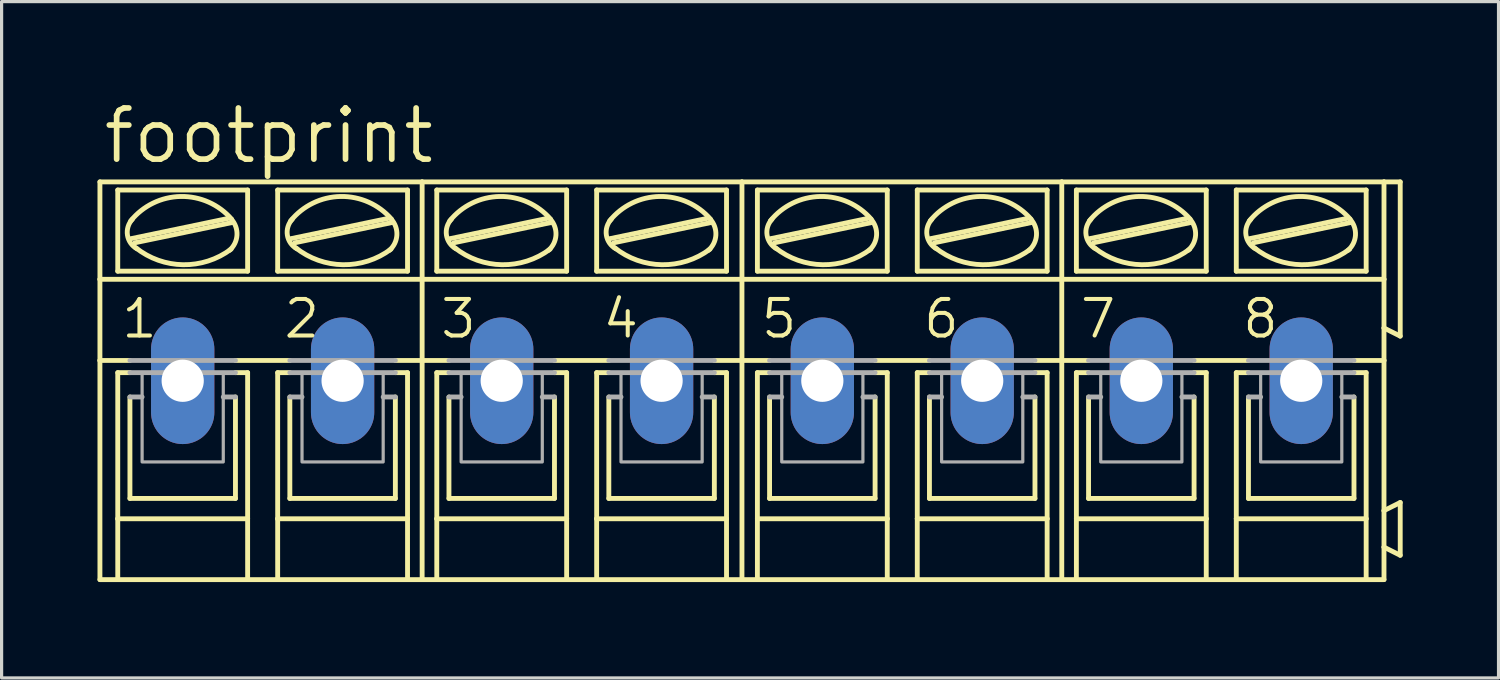
<source format=kicad_pcb>
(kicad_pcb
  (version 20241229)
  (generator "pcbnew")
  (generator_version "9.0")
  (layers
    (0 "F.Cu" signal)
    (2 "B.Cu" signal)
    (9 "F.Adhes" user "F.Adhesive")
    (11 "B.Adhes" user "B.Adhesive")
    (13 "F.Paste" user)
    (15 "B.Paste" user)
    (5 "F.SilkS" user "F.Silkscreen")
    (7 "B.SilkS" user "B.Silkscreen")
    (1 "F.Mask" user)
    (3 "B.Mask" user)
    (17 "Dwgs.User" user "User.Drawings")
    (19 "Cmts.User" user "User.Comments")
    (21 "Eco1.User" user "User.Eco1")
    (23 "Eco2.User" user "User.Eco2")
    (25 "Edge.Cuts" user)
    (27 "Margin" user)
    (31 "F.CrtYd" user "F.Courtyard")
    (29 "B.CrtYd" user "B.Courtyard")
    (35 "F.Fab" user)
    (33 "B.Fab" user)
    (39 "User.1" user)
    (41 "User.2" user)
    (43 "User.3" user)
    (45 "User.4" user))
  (footprint "footprint"
    (layer "F.Cu")
    (at 20.168 8.865)
    (property "Reference" "footprint" (at -20.066 -6.731 0) (layer "F.SilkS") (effects (font (size 1.6 1.6) (thickness 0.178)) (justify left bottom)))
    (fp_line (start -20.091 -3.175) (end -20.091 -6.223) (stroke (width 0.152) (type solid)) (layer "F.SilkS"))
    (fp_line (start -20.091 -3.175) (end -10.008 -3.175) (stroke (width 0.152) (type solid)) (layer "F.SilkS"))
    (fp_line (start -20.091 -0.635) (end -20.091 -3.175) (stroke (width 0.152) (type solid)) (layer "F.SilkS"))
    (fp_line (start -20.091 -0.635) (end -19.152 -0.635) (stroke (width 0.152) (type solid)) (layer "F.SilkS"))
    (fp_line (start -20.091 6.223) (end -20.091 -0.635) (stroke (width 0.152) (type solid)) (layer "F.SilkS"))
    (fp_line (start -20.091 6.223) (end -19.533 6.223) (stroke (width 0.152) (type solid)) (layer "F.SilkS"))
    (fp_line (start -19.533 -3.429) (end -19.533 -5.969) (stroke (width 0.152) (type solid)) (layer "F.SilkS"))
    (fp_line (start -19.533 -0.254) (end -19.533 4.318) (stroke (width 0.152) (type solid)) (layer "F.SilkS"))
    (fp_line (start -19.533 -0.254) (end -19.152 -0.254) (stroke (width 0.152) (type solid)) (layer "F.SilkS"))
    (fp_line (start -19.533 4.318) (end -19.533 6.223) (stroke (width 0.152) (type solid)) (layer "F.SilkS"))
    (fp_line (start -19.533 6.223) (end -15.469 6.223) (stroke (width 0.152) (type solid)) (layer "F.SilkS"))
    (fp_line (start -19.152 3.683) (end -19.152 0.508) (stroke (width 0.152) (type solid)) (layer "F.SilkS"))
    (fp_line (start -19.126 -4.445) (end -16.078 -5.08) (stroke (width 0.152) (type solid)) (layer "F.SilkS"))
    (fp_line (start -18.999 -4.318) (end -15.951 -4.953) (stroke (width 0.152) (type solid)) (layer "F.SilkS"))
    (fp_line (start -15.85 -0.635) (end -14.148 -0.635) (stroke (width 0.152) (type solid)) (layer "F.SilkS"))
    (fp_line (start -15.85 3.683) (end -19.152 3.683) (stroke (width 0.152) (type solid)) (layer "F.SilkS"))
    (fp_line (start -15.85 3.683) (end -15.85 0.508) (stroke (width 0.152) (type solid)) (layer "F.SilkS"))
    (fp_line (start -15.469 -5.969) (end -19.533 -5.969) (stroke (width 0.152) (type solid)) (layer "F.SilkS"))
    (fp_line (start -15.469 -3.429) (end -19.533 -3.429) (stroke (width 0.152) (type solid)) (layer "F.SilkS"))
    (fp_line (start -15.469 -3.429) (end -15.469 -5.969) (stroke (width 0.152) (type solid)) (layer "F.SilkS"))
    (fp_line (start -15.469 -0.254) (end -15.85 -0.254) (stroke (width 0.152) (type solid)) (layer "F.SilkS"))
    (fp_line (start -15.469 4.318) (end -19.533 4.318) (stroke (width 0.152) (type solid)) (layer "F.SilkS"))
    (fp_line (start -15.469 4.318) (end -15.469 -0.254) (stroke (width 0.152) (type solid)) (layer "F.SilkS"))
    (fp_line (start -15.469 6.223) (end -15.469 4.318) (stroke (width 0.152) (type solid)) (layer "F.SilkS"))
    (fp_line (start -15.469 6.223) (end -14.529 6.223) (stroke (width 0.152) (type solid)) (layer "F.SilkS"))
    (fp_line (start -14.529 -5.969) (end -10.465 -5.969) (stroke (width 0.152) (type solid)) (layer "F.SilkS"))
    (fp_line (start -14.529 -3.429) (end -14.529 -5.969) (stroke (width 0.152) (type solid)) (layer "F.SilkS"))
    (fp_line (start -14.529 -0.254) (end -14.148 -0.254) (stroke (width 0.152) (type solid)) (layer "F.SilkS"))
    (fp_line (start -14.529 4.318) (end -14.529 -0.254) (stroke (width 0.152) (type solid)) (layer "F.SilkS"))
    (fp_line (start -14.529 4.318) (end -10.465 4.318) (stroke (width 0.152) (type solid)) (layer "F.SilkS"))
    (fp_line (start -14.529 6.223) (end -14.529 4.318) (stroke (width 0.152) (type solid)) (layer "F.SilkS"))
    (fp_line (start -14.529 6.223) (end -10.465 6.223) (stroke (width 0.152) (type solid)) (layer "F.SilkS"))
    (fp_line (start -14.148 3.683) (end -14.148 0.508) (stroke (width 0.152) (type solid)) (layer "F.SilkS"))
    (fp_line (start -14.122 -4.445) (end -11.074 -5.08) (stroke (width 0.152) (type solid)) (layer "F.SilkS"))
    (fp_line (start -13.995 -4.318) (end -10.947 -4.953) (stroke (width 0.152) (type solid)) (layer "F.SilkS"))
    (fp_line (start -10.846 3.683) (end -14.148 3.683) (stroke (width 0.152) (type solid)) (layer "F.SilkS"))
    (fp_line (start -10.846 3.683) (end -10.846 0.508) (stroke (width 0.152) (type solid)) (layer "F.SilkS"))
    (fp_line (start -10.465 -5.969) (end -10.465 -3.429) (stroke (width 0.152) (type solid)) (layer "F.SilkS"))
    (fp_line (start -10.465 -3.429) (end -14.529 -3.429) (stroke (width 0.152) (type solid)) (layer "F.SilkS"))
    (fp_line (start -10.465 -0.254) (end -10.846 -0.254) (stroke (width 0.152) (type solid)) (layer "F.SilkS"))
    (fp_line (start -10.465 -0.254) (end -10.465 4.318) (stroke (width 0.152) (type solid)) (layer "F.SilkS"))
    (fp_line (start -10.465 4.318) (end -10.465 6.223) (stroke (width 0.152) (type solid)) (layer "F.SilkS"))
    (fp_line (start -10.465 6.223) (end -10.008 6.223) (stroke (width 0.152) (type solid)) (layer "F.SilkS"))
    (fp_line (start -10.008 -6.223) (end -20.091 -6.223) (stroke (width 0.152) (type solid)) (layer "F.SilkS"))
    (fp_line (start -10.008 -3.175) (end -10.008 -6.223) (stroke (width 0.152) (type solid)) (layer "F.SilkS"))
    (fp_line (start -10.008 -3.175) (end 0 -3.175) (stroke (width 0.152) (type solid)) (layer "F.SilkS"))
    (fp_line (start -10.008 -0.635) (end -10.846 -0.635) (stroke (width 0.152) (type solid)) (layer "F.SilkS"))
    (fp_line (start -10.008 -0.635) (end -10.008 -3.175) (stroke (width 0.152) (type solid)) (layer "F.SilkS"))
    (fp_line (start -10.008 -0.635) (end -9.169 -0.635) (stroke (width 0.152) (type solid)) (layer "F.SilkS"))
    (fp_line (start -10.008 6.223) (end -10.008 -0.635) (stroke (width 0.152) (type solid)) (layer "F.SilkS"))
    (fp_line (start -10.008 6.223) (end -9.55 6.223) (stroke (width 0.152) (type solid)) (layer "F.SilkS"))
    (fp_line (start -9.55 -3.429) (end -9.55 -5.969) (stroke (width 0.152) (type solid)) (layer "F.SilkS"))
    (fp_line (start -9.55 -0.254) (end -9.55 4.318) (stroke (width 0.152) (type solid)) (layer "F.SilkS"))
    (fp_line (start -9.55 -0.254) (end -9.169 -0.254) (stroke (width 0.152) (type solid)) (layer "F.SilkS"))
    (fp_line (start -9.55 4.318) (end -9.55 6.223) (stroke (width 0.152) (type solid)) (layer "F.SilkS"))
    (fp_line (start -9.55 6.223) (end -5.486 6.223) (stroke (width 0.152) (type solid)) (layer "F.SilkS"))
    (fp_line (start -9.169 3.683) (end -9.169 0.508) (stroke (width 0.152) (type solid)) (layer "F.SilkS"))
    (fp_line (start -9.144 -4.445) (end -6.096 -5.08) (stroke (width 0.152) (type solid)) (layer "F.SilkS"))
    (fp_line (start -9.017 -4.318) (end -5.969 -4.953) (stroke (width 0.152) (type solid)) (layer "F.SilkS"))
    (fp_line (start -5.867 -0.635) (end -4.166 -0.635) (stroke (width 0.152) (type solid)) (layer "F.SilkS"))
    (fp_line (start -5.867 3.683) (end -9.169 3.683) (stroke (width 0.152) (type solid)) (layer "F.SilkS"))
    (fp_line (start -5.867 3.683) (end -5.867 0.508) (stroke (width 0.152) (type solid)) (layer "F.SilkS"))
    (fp_line (start -5.486 -5.969) (end -9.55 -5.969) (stroke (width 0.152) (type solid)) (layer "F.SilkS"))
    (fp_line (start -5.486 -3.429) (end -9.55 -3.429) (stroke (width 0.152) (type solid)) (layer "F.SilkS"))
    (fp_line (start -5.486 -3.429) (end -5.486 -5.969) (stroke (width 0.152) (type solid)) (layer "F.SilkS"))
    (fp_line (start -5.486 -0.254) (end -5.867 -0.254) (stroke (width 0.152) (type solid)) (layer "F.SilkS"))
    (fp_line (start -5.486 4.318) (end -9.55 4.318) (stroke (width 0.152) (type solid)) (layer "F.SilkS"))
    (fp_line (start -5.486 4.318) (end -5.486 -0.254) (stroke (width 0.152) (type solid)) (layer "F.SilkS"))
    (fp_line (start -5.486 6.223) (end -5.486 4.318) (stroke (width 0.152) (type solid)) (layer "F.SilkS"))
    (fp_line (start -5.486 6.223) (end -4.547 6.223) (stroke (width 0.152) (type solid)) (layer "F.SilkS"))
    (fp_line (start -4.547 -5.969) (end -0.483 -5.969) (stroke (width 0.152) (type solid)) (layer "F.SilkS"))
    (fp_line (start -4.547 -3.429) (end -4.547 -5.969) (stroke (width 0.152) (type solid)) (layer "F.SilkS"))
    (fp_line (start -4.547 -0.254) (end -4.166 -0.254) (stroke (width 0.152) (type solid)) (layer "F.SilkS"))
    (fp_line (start -4.547 4.318) (end -4.547 -0.254) (stroke (width 0.152) (type solid)) (layer "F.SilkS"))
    (fp_line (start -4.547 4.318) (end -0.483 4.318) (stroke (width 0.152) (type solid)) (layer "F.SilkS"))
    (fp_line (start -4.547 6.223) (end -4.547 4.318) (stroke (width 0.152) (type solid)) (layer "F.SilkS"))
    (fp_line (start -4.547 6.223) (end -0.483 6.223) (stroke (width 0.152) (type solid)) (layer "F.SilkS"))
    (fp_line (start -4.166 3.683) (end -4.166 0.508) (stroke (width 0.152) (type solid)) (layer "F.SilkS"))
    (fp_line (start -4.14 -4.445) (end -1.092 -5.08) (stroke (width 0.152) (type solid)) (layer "F.SilkS"))
    (fp_line (start -4.013 -4.318) (end -0.965 -4.953) (stroke (width 0.152) (type solid)) (layer "F.SilkS"))
    (fp_line (start -0.864 3.683) (end -4.166 3.683) (stroke (width 0.152) (type solid)) (layer "F.SilkS"))
    (fp_line (start -0.864 3.683) (end -0.864 0.508) (stroke (width 0.152) (type solid)) (layer "F.SilkS"))
    (fp_line (start -0.483 -5.969) (end -0.483 -3.429) (stroke (width 0.152) (type solid)) (layer "F.SilkS"))
    (fp_line (start -0.483 -3.429) (end -4.547 -3.429) (stroke (width 0.152) (type solid)) (layer "F.SilkS"))
    (fp_line (start -0.483 -0.254) (end -0.864 -0.254) (stroke (width 0.152) (type solid)) (layer "F.SilkS"))
    (fp_line (start -0.483 -0.254) (end -0.483 4.318) (stroke (width 0.152) (type solid)) (layer "F.SilkS"))
    (fp_line (start -0.483 4.318) (end -0.483 6.223) (stroke (width 0.152) (type solid)) (layer "F.SilkS"))
    (fp_line (start -0.483 6.223) (end 0 6.223) (stroke (width 0.152) (type solid)) (layer "F.SilkS"))
    (fp_line (start 0 -6.223) (end -10.008 -6.223) (stroke (width 0.152) (type solid)) (layer "F.SilkS"))
    (fp_line (start 0 -3.175) (end 0 -6.223) (stroke (width 0.152) (type solid)) (layer "F.SilkS"))
    (fp_line (start 0 -3.175) (end 10.008 -3.175) (stroke (width 0.152) (type solid)) (layer "F.SilkS"))
    (fp_line (start 0 -0.635) (end -0.864 -0.635) (stroke (width 0.152) (type solid)) (layer "F.SilkS"))
    (fp_line (start 0 -0.635) (end 0 -3.175) (stroke (width 0.152) (type solid)) (layer "F.SilkS"))
    (fp_line (start 0 -0.635) (end 0.864 -0.635) (stroke (width 0.152) (type solid)) (layer "F.SilkS"))
    (fp_line (start 0 6.223) (end 0 -0.635) (stroke (width 0.152) (type solid)) (layer "F.SilkS"))
    (fp_line (start 0 6.223) (end 0.483 6.223) (stroke (width 0.152) (type solid)) (layer "F.SilkS"))
    (fp_line (start 0.483 -3.429) (end 0.483 -5.969) (stroke (width 0.152) (type solid)) (layer "F.SilkS"))
    (fp_line (start 0.483 -0.254) (end 0.483 4.318) (stroke (width 0.152) (type solid)) (layer "F.SilkS"))
    (fp_line (start 0.483 -0.254) (end 0.864 -0.254) (stroke (width 0.152) (type solid)) (layer "F.SilkS"))
    (fp_line (start 0.483 4.318) (end 0.483 6.223) (stroke (width 0.152) (type solid)) (layer "F.SilkS"))
    (fp_line (start 0.483 6.223) (end 4.547 6.223) (stroke (width 0.152) (type solid)) (layer "F.SilkS"))
    (fp_line (start 0.864 3.683) (end 0.864 0.508) (stroke (width 0.152) (type solid)) (layer "F.SilkS"))
    (fp_line (start 0.889 -4.445) (end 3.937 -5.08) (stroke (width 0.152) (type solid)) (layer "F.SilkS"))
    (fp_line (start 1.016 -4.318) (end 4.064 -4.953) (stroke (width 0.152) (type solid)) (layer "F.SilkS"))
    (fp_line (start 4.166 -0.635) (end 5.867 -0.635) (stroke (width 0.152) (type solid)) (layer "F.SilkS"))
    (fp_line (start 4.166 3.683) (end 0.864 3.683) (stroke (width 0.152) (type solid)) (layer "F.SilkS"))
    (fp_line (start 4.166 3.683) (end 4.166 0.508) (stroke (width 0.152) (type solid)) (layer "F.SilkS"))
    (fp_line (start 4.547 -5.969) (end 0.483 -5.969) (stroke (width 0.152) (type solid)) (layer "F.SilkS"))
    (fp_line (start 4.547 -3.429) (end 0.483 -3.429) (stroke (width 0.152) (type solid)) (layer "F.SilkS"))
    (fp_line (start 4.547 -3.429) (end 4.547 -5.969) (stroke (width 0.152) (type solid)) (layer "F.SilkS"))
    (fp_line (start 4.547 -0.254) (end 4.166 -0.254) (stroke (width 0.152) (type solid)) (layer "F.SilkS"))
    (fp_line (start 4.547 4.318) (end 0.483 4.318) (stroke (width 0.152) (type solid)) (layer "F.SilkS"))
    (fp_line (start 4.547 4.318) (end 4.547 -0.254) (stroke (width 0.152) (type solid)) (layer "F.SilkS"))
    (fp_line (start 4.547 6.223) (end 4.547 4.318) (stroke (width 0.152) (type solid)) (layer "F.SilkS"))
    (fp_line (start 4.547 6.223) (end 5.486 6.223) (stroke (width 0.152) (type solid)) (layer "F.SilkS"))
    (fp_line (start 5.486 -5.969) (end 9.55 -5.969) (stroke (width 0.152) (type solid)) (layer "F.SilkS"))
    (fp_line (start 5.486 -3.429) (end 5.486 -5.969) (stroke (width 0.152) (type solid)) (layer "F.SilkS"))
    (fp_line (start 5.486 -0.254) (end 5.867 -0.254) (stroke (width 0.152) (type solid)) (layer "F.SilkS"))
    (fp_line (start 5.486 4.318) (end 5.486 -0.254) (stroke (width 0.152) (type solid)) (layer "F.SilkS"))
    (fp_line (start 5.486 4.318) (end 9.55 4.318) (stroke (width 0.152) (type solid)) (layer "F.SilkS"))
    (fp_line (start 5.486 6.223) (end 5.486 4.318) (stroke (width 0.152) (type solid)) (layer "F.SilkS"))
    (fp_line (start 5.486 6.223) (end 9.55 6.223) (stroke (width 0.152) (type solid)) (layer "F.SilkS"))
    (fp_line (start 5.867 3.683) (end 5.867 0.508) (stroke (width 0.152) (type solid)) (layer "F.SilkS"))
    (fp_line (start 5.893 -4.445) (end 8.941 -5.08) (stroke (width 0.152) (type solid)) (layer "F.SilkS"))
    (fp_line (start 6.02 -4.318) (end 9.068 -4.953) (stroke (width 0.152) (type solid)) (layer "F.SilkS"))
    (fp_line (start 9.169 3.683) (end 5.867 3.683) (stroke (width 0.152) (type solid)) (layer "F.SilkS"))
    (fp_line (start 9.169 3.683) (end 9.169 0.508) (stroke (width 0.152) (type solid)) (layer "F.SilkS"))
    (fp_line (start 9.55 -5.969) (end 9.55 -3.429) (stroke (width 0.152) (type solid)) (layer "F.SilkS"))
    (fp_line (start 9.55 -3.429) (end 5.486 -3.429) (stroke (width 0.152) (type solid)) (layer "F.SilkS"))
    (fp_line (start 9.55 -0.254) (end 9.169 -0.254) (stroke (width 0.152) (type solid)) (layer "F.SilkS"))
    (fp_line (start 9.55 -0.254) (end 9.55 4.318) (stroke (width 0.152) (type solid)) (layer "F.SilkS"))
    (fp_line (start 9.55 4.318) (end 9.55 6.223) (stroke (width 0.152) (type solid)) (layer "F.SilkS"))
    (fp_line (start 9.55 6.223) (end 10.008 6.223) (stroke (width 0.152) (type solid)) (layer "F.SilkS"))
    (fp_line (start 10.008 -6.223) (end 0 -6.223) (stroke (width 0.152) (type solid)) (layer "F.SilkS"))
    (fp_line (start 10.008 -3.175) (end 10.008 -6.223) (stroke (width 0.152) (type solid)) (layer "F.SilkS"))
    (fp_line (start 10.008 -3.175) (end 20.091 -3.175) (stroke (width 0.152) (type solid)) (layer "F.SilkS"))
    (fp_line (start 10.008 -0.635) (end 9.169 -0.635) (stroke (width 0.152) (type solid)) (layer "F.SilkS"))
    (fp_line (start 10.008 -0.635) (end 10.008 -3.175) (stroke (width 0.152) (type solid)) (layer "F.SilkS"))
    (fp_line (start 10.008 -0.635) (end 10.846 -0.635) (stroke (width 0.152) (type solid)) (layer "F.SilkS"))
    (fp_line (start 10.008 6.223) (end 10.008 -0.635) (stroke (width 0.152) (type solid)) (layer "F.SilkS"))
    (fp_line (start 10.008 6.223) (end 10.465 6.223) (stroke (width 0.152) (type solid)) (layer "F.SilkS"))
    (fp_line (start 10.465 -3.429) (end 10.465 -5.969) (stroke (width 0.152) (type solid)) (layer "F.SilkS"))
    (fp_line (start 10.465 -0.254) (end 10.465 4.318) (stroke (width 0.152) (type solid)) (layer "F.SilkS"))
    (fp_line (start 10.465 -0.254) (end 10.846 -0.254) (stroke (width 0.152) (type solid)) (layer "F.SilkS"))
    (fp_line (start 10.465 4.318) (end 10.465 6.223) (stroke (width 0.152) (type solid)) (layer "F.SilkS"))
    (fp_line (start 10.465 6.223) (end 14.529 6.223) (stroke (width 0.152) (type solid)) (layer "F.SilkS"))
    (fp_line (start 10.846 3.683) (end 10.846 0.508) (stroke (width 0.152) (type solid)) (layer "F.SilkS"))
    (fp_line (start 10.871 -4.445) (end 13.919 -5.08) (stroke (width 0.152) (type solid)) (layer "F.SilkS"))
    (fp_line (start 10.998 -4.318) (end 14.046 -4.953) (stroke (width 0.152) (type solid)) (layer "F.SilkS"))
    (fp_line (start 14.148 -0.635) (end 15.85 -0.635) (stroke (width 0.152) (type solid)) (layer "F.SilkS"))
    (fp_line (start 14.148 3.683) (end 10.846 3.683) (stroke (width 0.152) (type solid)) (layer "F.SilkS"))
    (fp_line (start 14.148 3.683) (end 14.148 0.508) (stroke (width 0.152) (type solid)) (layer "F.SilkS"))
    (fp_line (start 14.529 -5.969) (end 10.465 -5.969) (stroke (width 0.152) (type solid)) (layer "F.SilkS"))
    (fp_line (start 14.529 -3.429) (end 10.465 -3.429) (stroke (width 0.152) (type solid)) (layer "F.SilkS"))
    (fp_line (start 14.529 -3.429) (end 14.529 -5.969) (stroke (width 0.152) (type solid)) (layer "F.SilkS"))
    (fp_line (start 14.529 -0.254) (end 14.148 -0.254) (stroke (width 0.152) (type solid)) (layer "F.SilkS"))
    (fp_line (start 14.529 4.318) (end 10.465 4.318) (stroke (width 0.152) (type solid)) (layer "F.SilkS"))
    (fp_line (start 14.529 4.318) (end 14.529 -0.254) (stroke (width 0.152) (type solid)) (layer "F.SilkS"))
    (fp_line (start 14.529 6.223) (end 14.529 4.318) (stroke (width 0.152) (type solid)) (layer "F.SilkS"))
    (fp_line (start 14.529 6.223) (end 15.469 6.223) (stroke (width 0.152) (type solid)) (layer "F.SilkS"))
    (fp_line (start 15.469 -5.969) (end 19.533 -5.969) (stroke (width 0.152) (type solid)) (layer "F.SilkS"))
    (fp_line (start 15.469 -3.429) (end 15.469 -5.969) (stroke (width 0.152) (type solid)) (layer "F.SilkS"))
    (fp_line (start 15.469 -0.254) (end 15.85 -0.254) (stroke (width 0.152) (type solid)) (layer "F.SilkS"))
    (fp_line (start 15.469 4.318) (end 15.469 -0.254) (stroke (width 0.152) (type solid)) (layer "F.SilkS"))
    (fp_line (start 15.469 4.318) (end 19.533 4.318) (stroke (width 0.152) (type solid)) (layer "F.SilkS"))
    (fp_line (start 15.469 6.223) (end 15.469 4.318) (stroke (width 0.152) (type solid)) (layer "F.SilkS"))
    (fp_line (start 15.469 6.223) (end 19.533 6.223) (stroke (width 0.152) (type solid)) (layer "F.SilkS"))
    (fp_line (start 15.85 3.683) (end 15.85 0.508) (stroke (width 0.152) (type solid)) (layer "F.SilkS"))
    (fp_line (start 15.875 -4.445) (end 18.923 -5.08) (stroke (width 0.152) (type solid)) (layer "F.SilkS"))
    (fp_line (start 16.002 -4.318) (end 19.05 -4.953) (stroke (width 0.152) (type solid)) (layer "F.SilkS"))
    (fp_line (start 19.152 3.683) (end 15.85 3.683) (stroke (width 0.152) (type solid)) (layer "F.SilkS"))
    (fp_line (start 19.152 3.683) (end 19.152 0.508) (stroke (width 0.152) (type solid)) (layer "F.SilkS"))
    (fp_line (start 19.533 -5.969) (end 19.533 -3.429) (stroke (width 0.152) (type solid)) (layer "F.SilkS"))
    (fp_line (start 19.533 -3.429) (end 15.469 -3.429) (stroke (width 0.152) (type solid)) (layer "F.SilkS"))
    (fp_line (start 19.533 -0.254) (end 19.152 -0.254) (stroke (width 0.152) (type solid)) (layer "F.SilkS"))
    (fp_line (start 19.533 -0.254) (end 19.533 4.318) (stroke (width 0.152) (type solid)) (layer "F.SilkS"))
    (fp_line (start 19.533 4.318) (end 19.533 6.223) (stroke (width 0.152) (type solid)) (layer "F.SilkS"))
    (fp_line (start 19.533 6.223) (end 20.091 6.223) (stroke (width 0.152) (type solid)) (layer "F.SilkS"))
    (fp_line (start 20.091 -6.223) (end 10.008 -6.223) (stroke (width 0.152) (type solid)) (layer "F.SilkS"))
    (fp_line (start 20.091 -6.223) (end 20.091 -3.175) (stroke (width 0.152) (type solid)) (layer "F.SilkS"))
    (fp_line (start 20.091 -6.223) (end 20.599 -6.223) (stroke (width 0.152) (type solid)) (layer "F.SilkS"))
    (fp_line (start 20.091 -3.175) (end 20.091 -1.651) (stroke (width 0.152) (type solid)) (layer "F.SilkS"))
    (fp_line (start 20.091 -1.651) (end 20.091 -0.635) (stroke (width 0.152) (type solid)) (layer "F.SilkS"))
    (fp_line (start 20.091 -0.635) (end 19.152 -0.635) (stroke (width 0.152) (type solid)) (layer "F.SilkS"))
    (fp_line (start 20.091 -0.635) (end 20.091 4.064) (stroke (width 0.152) (type solid)) (layer "F.SilkS"))
    (fp_line (start 20.091 4.064) (end 20.091 5.207) (stroke (width 0.152) (type solid)) (layer "F.SilkS"))
    (fp_line (start 20.091 5.207) (end 20.091 6.223) (stroke (width 0.152) (type solid)) (layer "F.SilkS"))
    (fp_line (start 20.599 -6.223) (end 20.599 -1.397) (stroke (width 0.152) (type solid)) (layer "F.SilkS"))
    (fp_line (start 20.599 -1.397) (end 20.091 -1.651) (stroke (width 0.152) (type solid)) (layer "F.SilkS"))
    (fp_line (start 20.599 3.81) (end 20.091 4.064) (stroke (width 0.152) (type solid)) (layer "F.SilkS"))
    (fp_line (start 20.599 3.81) (end 20.599 5.461) (stroke (width 0.152) (type solid)) (layer "F.SilkS"))
    (fp_line (start 20.599 5.461) (end 20.091 5.207) (stroke (width 0.152) (type solid)) (layer "F.SilkS"))
    (fp_arc (start -19.1262 -5.0038) (mid -17.561826 -5.76695) (end -15.971799 -5.058801) (stroke (width 0.1524) (type solid)) (layer "F.SilkS"))
    (fp_arc (start -18.931701 -4.129699) (mid -19.229625 -4.557025) (end -19.0754 -5.0546) (stroke (width 0.1524) (type solid)) (layer "F.SilkS"))
    (fp_arc (start -15.986001 -4.118799) (mid -17.487904 -3.631242) (end -18.9738 -4.1656) (stroke (width 0.1524) (type solid)) (layer "F.SilkS"))
    (fp_arc (start -15.976699 -5.054499) (mid -15.802339 -4.558083) (end -16.0324 -4.0849) (stroke (width 0.1524) (type solid)) (layer "F.SilkS"))
    (fp_arc (start -14.1224 -5.0038) (mid -12.558026 -5.76695) (end -10.967999 -5.058801) (stroke (width 0.1524) (type solid)) (layer "F.SilkS"))
    (fp_arc (start -13.927901 -4.129699) (mid -14.225825 -4.557025) (end -14.0716 -5.0546) (stroke (width 0.1524) (type solid)) (layer "F.SilkS"))
    (fp_arc (start -10.982201 -4.118799) (mid -12.484104 -3.631242) (end -13.97 -4.1656) (stroke (width 0.1524) (type solid)) (layer "F.SilkS"))
    (fp_arc (start -10.972899 -5.054499) (mid -10.798539 -4.558083) (end -11.0286 -4.0849) (stroke (width 0.1524) (type solid)) (layer "F.SilkS"))
    (fp_arc (start -9.144 -5.0038) (mid -7.579626 -5.76695) (end -5.989599 -5.058801) (stroke (width 0.1524) (type solid)) (layer "F.SilkS"))
    (fp_arc (start -8.949501 -4.129699) (mid -9.247425 -4.557025) (end -9.0932 -5.0546) (stroke (width 0.1524) (type solid)) (layer "F.SilkS"))
    (fp_arc (start -6.003801 -4.118799) (mid -7.505704 -3.631242) (end -8.9916 -4.1656) (stroke (width 0.1524) (type solid)) (layer "F.SilkS"))
    (fp_arc (start -5.994499 -5.054499) (mid -5.820139 -4.558083) (end -6.0502 -4.0849) (stroke (width 0.1524) (type solid)) (layer "F.SilkS"))
    (fp_arc (start -4.1402 -5.0038) (mid -2.575826 -5.76695) (end -0.985799 -5.058801) (stroke (width 0.1524) (type solid)) (layer "F.SilkS"))
    (fp_arc (start -3.945701 -4.129699) (mid -4.243625 -4.557025) (end -4.0894 -5.0546) (stroke (width 0.1524) (type solid)) (layer "F.SilkS"))
    (fp_arc (start -1.000001 -4.118799) (mid -2.501904 -3.631242) (end -3.9878 -4.1656) (stroke (width 0.1524) (type solid)) (layer "F.SilkS"))
    (fp_arc (start -0.990699 -5.054499) (mid -0.816339 -4.558083) (end -1.0464 -4.0849) (stroke (width 0.1524) (type solid)) (layer "F.SilkS"))
    (fp_arc (start 0.889 -5.0038) (mid 2.45332 -5.766807) (end 4.0432 -5.058598) (stroke (width 0.1524) (type solid)) (layer "F.SilkS"))
    (fp_arc (start 1.083498 -4.1297) (mid 0.785575 -4.557026) (end 0.9398 -5.0546) (stroke (width 0.1524) (type solid)) (layer "F.SilkS"))
    (fp_arc (start 4.0292 -4.118901) (mid 2.527314 -3.631283) (end 1.0414 -4.1656) (stroke (width 0.1524) (type solid)) (layer "F.SilkS"))
    (fp_arc (start 4.0385 -5.0545) (mid 4.21286 -4.558084) (end 3.9828 -4.0849) (stroke (width 0.1524) (type solid)) (layer "F.SilkS"))
    (fp_arc (start 5.8928 -5.0038) (mid 7.45712 -5.766807) (end 9.047 -5.058598) (stroke (width 0.1524) (type solid)) (layer "F.SilkS"))
    (fp_arc (start 6.087298 -4.1297) (mid 5.789375 -4.557026) (end 5.9436 -5.0546) (stroke (width 0.1524) (type solid)) (layer "F.SilkS"))
    (fp_arc (start 9.033 -4.118901) (mid 7.531114 -3.631283) (end 6.0452 -4.1656) (stroke (width 0.1524) (type solid)) (layer "F.SilkS"))
    (fp_arc (start 9.0423 -5.0545) (mid 9.21666 -4.558084) (end 8.9866 -4.0849) (stroke (width 0.1524) (type solid)) (layer "F.SilkS"))
    (fp_arc (start 10.8712 -5.0038) (mid 12.43552 -5.766807) (end 14.0254 -5.058598) (stroke (width 0.1524) (type solid)) (layer "F.SilkS"))
    (fp_arc (start 11.065698 -4.1297) (mid 10.767775 -4.557026) (end 10.922 -5.0546) (stroke (width 0.1524) (type solid)) (layer "F.SilkS"))
    (fp_arc (start 14.0114 -4.118901) (mid 12.509514 -3.631283) (end 11.0236 -4.1656) (stroke (width 0.1524) (type solid)) (layer "F.SilkS"))
    (fp_arc (start 14.0207 -5.0545) (mid 14.19506 -4.558084) (end 13.965 -4.0849) (stroke (width 0.1524) (type solid)) (layer "F.SilkS"))
    (fp_arc (start 15.875 -5.0038) (mid 17.43932 -5.766807) (end 19.0292 -5.058598) (stroke (width 0.1524) (type solid)) (layer "F.SilkS"))
    (fp_arc (start 16.069498 -4.1297) (mid 15.771575 -4.557026) (end 15.9258 -5.0546) (stroke (width 0.1524) (type solid)) (layer "F.SilkS"))
    (fp_arc (start 19.0152 -4.118901) (mid 17.513314 -3.631283) (end 16.0274 -4.1656) (stroke (width 0.1524) (type solid)) (layer "F.SilkS"))
    (fp_arc (start 19.0245 -5.0545) (mid 19.19886 -4.558084) (end 18.9688 -4.0849) (stroke (width 0.1524) (type solid)) (layer "F.SilkS"))
    (fp_line (start -19.152 -0.635) (end -15.85 -0.635) (stroke (width 0.152) (type solid)) (layer "F.Fab"))
    (fp_line (start -19.152 0.508) (end -18.771 0.508) (stroke (width 0.152) (type solid)) (layer "F.Fab"))
    (fp_line (start -15.85 -0.254) (end -19.152 -0.254) (stroke (width 0.152) (type solid)) (layer "F.Fab"))
    (fp_line (start -15.85 0.508) (end -16.231 0.508) (stroke (width 0.152) (type solid)) (layer "F.Fab"))
    (fp_line (start -14.148 -0.254) (end -10.846 -0.254) (stroke (width 0.152) (type solid)) (layer "F.Fab"))
    (fp_line (start -14.148 0.508) (end -13.767 0.508) (stroke (width 0.152) (type solid)) (layer "F.Fab"))
    (fp_line (start -10.846 -0.635) (end -14.148 -0.635) (stroke (width 0.152) (type solid)) (layer "F.Fab"))
    (fp_line (start -10.846 0.508) (end -11.227 0.508) (stroke (width 0.152) (type solid)) (layer "F.Fab"))
    (fp_line (start -9.169 -0.635) (end -5.867 -0.635) (stroke (width 0.152) (type solid)) (layer "F.Fab"))
    (fp_line (start -9.169 0.508) (end -8.788 0.508) (stroke (width 0.152) (type solid)) (layer "F.Fab"))
    (fp_line (start -5.867 -0.254) (end -9.169 -0.254) (stroke (width 0.152) (type solid)) (layer "F.Fab"))
    (fp_line (start -5.867 0.508) (end -6.248 0.508) (stroke (width 0.152) (type solid)) (layer "F.Fab"))
    (fp_line (start -4.166 -0.254) (end -0.864 -0.254) (stroke (width 0.152) (type solid)) (layer "F.Fab"))
    (fp_line (start -4.166 0.508) (end -3.785 0.508) (stroke (width 0.152) (type solid)) (layer "F.Fab"))
    (fp_line (start -0.864 -0.635) (end -4.166 -0.635) (stroke (width 0.152) (type solid)) (layer "F.Fab"))
    (fp_line (start -0.864 0.508) (end -1.245 0.508) (stroke (width 0.152) (type solid)) (layer "F.Fab"))
    (fp_line (start 0.864 -0.635) (end 4.166 -0.635) (stroke (width 0.152) (type solid)) (layer "F.Fab"))
    (fp_line (start 0.864 0.508) (end 1.245 0.508) (stroke (width 0.152) (type solid)) (layer "F.Fab"))
    (fp_line (start 4.166 -0.254) (end 0.864 -0.254) (stroke (width 0.152) (type solid)) (layer "F.Fab"))
    (fp_line (start 4.166 0.508) (end 3.785 0.508) (stroke (width 0.152) (type solid)) (layer "F.Fab"))
    (fp_line (start 5.867 -0.254) (end 9.169 -0.254) (stroke (width 0.152) (type solid)) (layer "F.Fab"))
    (fp_line (start 5.867 0.508) (end 6.248 0.508) (stroke (width 0.152) (type solid)) (layer "F.Fab"))
    (fp_line (start 9.169 -0.635) (end 5.867 -0.635) (stroke (width 0.152) (type solid)) (layer "F.Fab"))
    (fp_line (start 9.169 0.508) (end 8.788 0.508) (stroke (width 0.152) (type solid)) (layer "F.Fab"))
    (fp_line (start 10.846 -0.635) (end 14.148 -0.635) (stroke (width 0.152) (type solid)) (layer "F.Fab"))
    (fp_line (start 10.846 0.508) (end 11.227 0.508) (stroke (width 0.152) (type solid)) (layer "F.Fab"))
    (fp_line (start 14.148 -0.254) (end 10.846 -0.254) (stroke (width 0.152) (type solid)) (layer "F.Fab"))
    (fp_line (start 14.148 0.508) (end 13.767 0.508) (stroke (width 0.152) (type solid)) (layer "F.Fab"))
    (fp_line (start 15.85 -0.254) (end 19.152 -0.254) (stroke (width 0.152) (type solid)) (layer "F.Fab"))
    (fp_line (start 15.85 0.508) (end 16.231 0.508) (stroke (width 0.152) (type solid)) (layer "F.Fab"))
    (fp_line (start 19.152 -0.635) (end 15.85 -0.635) (stroke (width 0.152) (type solid)) (layer "F.Fab"))
    (fp_line (start 19.152 0.508) (end 18.771 0.508) (stroke (width 0.152) (type solid)) (layer "F.Fab"))
    (fp_poly (pts (xy -18.771 2.54) (xy -16.231 2.54) (xy -16.231 -0.254) (xy -18.771 -0.254)) (stroke (width 0.1) (type solid)) (fill no) (layer "F.Fab"))
    (fp_poly (pts (xy -13.767 2.54) (xy -11.227 2.54) (xy -11.227 -0.254) (xy -13.767 -0.254)) (stroke (width 0.1) (type solid)) (fill no) (layer "F.Fab"))
    (fp_poly (pts (xy -8.788 2.54) (xy -6.248 2.54) (xy -6.248 -0.254) (xy -8.788 -0.254)) (stroke (width 0.1) (type solid)) (fill no) (layer "F.Fab"))
    (fp_poly (pts (xy -3.785 2.54) (xy -1.245 2.54) (xy -1.245 -0.254) (xy -3.785 -0.254)) (stroke (width 0.1) (type solid)) (fill no) (layer "F.Fab"))
    (fp_poly (pts (xy 1.245 2.54) (xy 3.785 2.54) (xy 3.785 -0.254) (xy 1.245 -0.254)) (stroke (width 0.1) (type solid)) (fill no) (layer "F.Fab"))
    (fp_poly (pts (xy 6.248 2.54) (xy 8.788 2.54) (xy 8.788 -0.254) (xy 6.248 -0.254)) (stroke (width 0.1) (type solid)) (fill no) (layer "F.Fab"))
    (fp_poly (pts (xy 11.227 2.54) (xy 13.767 2.54) (xy 13.767 -0.254) (xy 11.227 -0.254)) (stroke (width 0.1) (type solid)) (fill no) (layer "F.Fab"))
    (fp_poly (pts (xy 16.231 2.54) (xy 18.771 2.54) (xy 18.771 -0.254) (xy 16.231 -0.254)) (stroke (width 0.1) (type solid)) (fill no) (layer "F.Fab"))
    (fp_text user "7" (at 10.516 -1.27 0) (layer "F.SilkS") (effects (font (size 1.143 1.143) (thickness 0.127)) (justify left bottom)))
    (fp_text user "8" (at 15.596 -1.27 0) (layer "F.SilkS") (effects (font (size 1.143 1.143) (thickness 0.127)) (justify left bottom)))
    (fp_text user "6" (at 5.613 -1.27 0) (layer "F.SilkS") (effects (font (size 1.143 1.143) (thickness 0.127)) (justify left bottom)))
    (fp_text user "2" (at -14.402 -1.27 0) (layer "F.SilkS") (effects (font (size 1.143 1.143) (thickness 0.127)) (justify left bottom)))
    (fp_text user "1" (at -19.482 -1.27 0) (layer "F.SilkS") (effects (font (size 1.143 1.143) (thickness 0.127)) (justify left bottom)))
    (fp_text user "5" (at 0.533 -1.27 0) (layer "F.SilkS") (effects (font (size 1.143 1.143) (thickness 0.127)) (justify left bottom)))
    (fp_text user "4" (at -4.42 -1.27 0) (layer "F.SilkS") (effects (font (size 1.143 1.143) (thickness 0.127)) (justify left bottom)))
    (fp_text user "3" (at -9.5 -1.27 0) (layer "F.SilkS") (effects (font (size 1.143 1.143) (thickness 0.127)) (justify left bottom)))
    (pad "1" thru_hole oval (at -17.501 0 90) (size 3.962 1.981) (drill 1.321) (layers "*.Cu" "*.Mask"))
    (pad "2" thru_hole oval (at -12.497 0 90) (size 3.962 1.981) (drill 1.321) (layers "*.Cu" "*.Mask"))
    (pad "3" thru_hole oval (at -7.518 0 90) (size 3.962 1.981) (drill 1.321) (layers "*.Cu" "*.Mask"))
    (pad "4" thru_hole oval (at -2.515 0 90) (size 3.962 1.981) (drill 1.321) (layers "*.Cu" "*.Mask"))
    (pad "5" thru_hole oval (at 2.515 0 90) (size 3.962 1.981) (drill 1.321) (layers "*.Cu" "*.Mask"))
    (pad "6" thru_hole oval (at 7.518 0 90) (size 3.962 1.981) (drill 1.321) (layers "*.Cu" "*.Mask"))
    (pad "7" thru_hole oval (at 12.497 0 90) (size 3.962 1.981) (drill 1.321) (layers "*.Cu" "*.Mask"))
    (pad "8" thru_hole oval (at 17.501 0 90) (size 3.962 1.981) (drill 1.321) (layers "*.Cu" "*.Mask")))
  (gr_rect
    (start -3 -3)
    (end 43.843 18.164)
    (stroke (width 0.1) (type default))
    (fill no)
    (layer "Edge.Cuts")))
</source>
